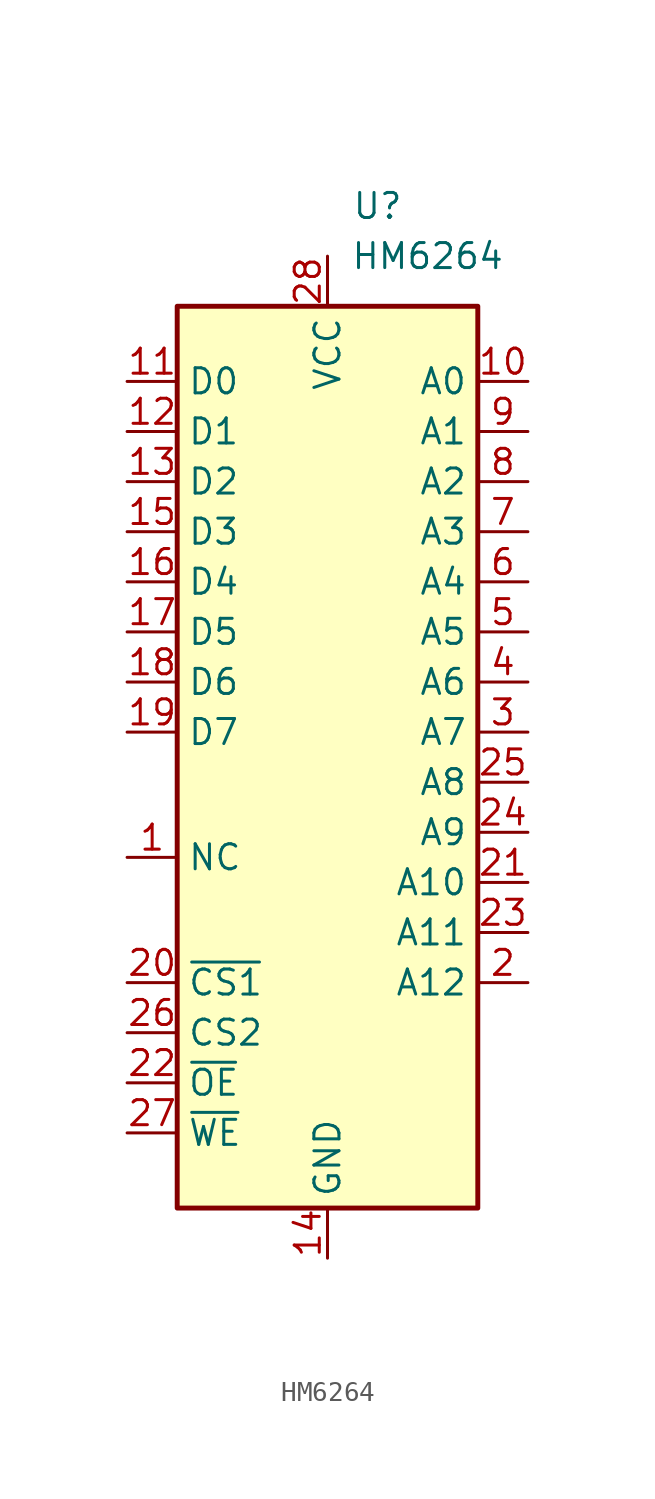
<source format=kicad_sym>
(kicad_symbol_lib
  (version 20220914)
  (generator kicad_symbol_editor)
  (symbol "HM6264"
    (property "Reference" "U"
      (at 2.54 -1.27 0)
      (effects (font (size 1.27 1.27))))
    (property "Value" "HM6264"
      (at 5.08 -3.81 0)
      (effects (font (size 1.27 1.27))))
    (symbol "HM6264_1_1"
      (rectangle (start -7.62 -6.35) (end 7.62 -52.07) (stroke (width 0.25) (type default)) (fill (type background)))
      (pin bidirectional line (at -10.16 -34.29 0) (length 2.54) (name "NC" (effects (font (size 1.27 1.27)))) (number "1" (effects (font (size 1.27 1.27)))))
      (pin input line (at 10.16 -10.16 180) (length 2.54) (name "A0" (effects (font (size 1.27 1.27)))) (number "10" (effects (font (size 1.27 1.27)))))
      (pin bidirectional line (at -10.16 -10.16 0) (length 2.54) (name "D0" (effects (font (size 1.27 1.27)))) (number "11" (effects (font (size 1.27 1.27)))))
      (pin bidirectional line (at -10.16 -12.7 0) (length 2.54) (name "D1" (effects (font (size 1.27 1.27)))) (number "12" (effects (font (size 1.27 1.27)))))
      (pin bidirectional line (at -10.16 -15.24 0) (length 2.54) (name "D2" (effects (font (size 1.27 1.27)))) (number "13" (effects (font (size 1.27 1.27)))))
      (pin power_in line (at 0 -54.61 90) (length 2.54) (name "GND" (effects (font (size 1.27 1.27)))) (number "14" (effects (font (size 1.27 1.27)))))
      (pin bidirectional line (at -10.16 -17.78 0) (length 2.54) (name "D3" (effects (font (size 1.27 1.27)))) (number "15" (effects (font (size 1.27 1.27)))))
      (pin bidirectional line (at -10.16 -20.32 0) (length 2.54) (name "D4" (effects (font (size 1.27 1.27)))) (number "16" (effects (font (size 1.27 1.27)))))
      (pin bidirectional line (at -10.16 -22.86 0) (length 2.54) (name "D5" (effects (font (size 1.27 1.27)))) (number "17" (effects (font (size 1.27 1.27)))))
      (pin bidirectional line (at -10.16 -25.4 0) (length 2.54) (name "D6" (effects (font (size 1.27 1.27)))) (number "18" (effects (font (size 1.27 1.27)))))
      (pin bidirectional line (at -10.16 -27.94 0) (length 2.54) (name "D7" (effects (font (size 1.27 1.27)))) (number "19" (effects (font (size 1.27 1.27)))))
      (pin input line (at 10.16 -40.64 180) (length 2.54) (name "A12" (effects (font (size 1.27 1.27)))) (number "2" (effects (font (size 1.27 1.27)))))
      (pin input line (at -10.16 -40.64 0) (length 2.54) (name "~{CS1}" (effects (font (size 1.27 1.27)))) (number "20" (effects (font (size 1.27 1.27)))))
      (pin input line (at 10.16 -35.56 180) (length 2.54) (name "A10" (effects (font (size 1.27 1.27)))) (number "21" (effects (font (size 1.27 1.27)))))
      (pin input line (at -10.16 -45.72 0) (length 2.54) (name "~{OE}" (effects (font (size 1.27 1.27)))) (number "22" (effects (font (size 1.27 1.27)))))
      (pin input line (at 10.16 -38.1 180) (length 2.54) (name "A11" (effects (font (size 1.27 1.27)))) (number "23" (effects (font (size 1.27 1.27)))))
      (pin input line (at 10.16 -33.02 180) (length 2.54) (name "A9" (effects (font (size 1.27 1.27)))) (number "24" (effects (font (size 1.27 1.27)))))
      (pin input line (at 10.16 -30.48 180) (length 2.54) (name "A8" (effects (font (size 1.27 1.27)))) (number "25" (effects (font (size 1.27 1.27)))))
      (pin input line (at -10.16 -43.18 0) (length 2.54) (name "CS2" (effects (font (size 1.27 1.27)))) (number "26" (effects (font (size 1.27 1.27)))))
      (pin input line (at -10.16 -48.26 0) (length 2.54) (name "~{WE}" (effects (font (size 1.27 1.27)))) (number "27" (effects (font (size 1.27 1.27)))))
      (pin power_in line (at 0 -3.81 270) (length 2.54) (name "VCC" (effects (font (size 1.27 1.27)))) (number "28" (effects (font (size 1.27 1.27)))))
      (pin input line (at 10.16 -27.94 180) (length 2.54) (name "A7" (effects (font (size 1.27 1.27)))) (number "3" (effects (font (size 1.27 1.27)))))
      (pin input line (at 10.16 -25.4 180) (length 2.54) (name "A6" (effects (font (size 1.27 1.27)))) (number "4" (effects (font (size 1.27 1.27)))))
      (pin input line (at 10.16 -22.86 180) (length 2.54) (name "A5" (effects (font (size 1.27 1.27)))) (number "5" (effects (font (size 1.27 1.27)))))
      (pin input line (at 10.16 -20.32 180) (length 2.54) (name "A4" (effects (font (size 1.27 1.27)))) (number "6" (effects (font (size 1.27 1.27)))))
      (pin input line (at 10.16 -17.78 180) (length 2.54) (name "A3" (effects (font (size 1.27 1.27)))) (number "7" (effects (font (size 1.27 1.27)))))
      (pin input line (at 10.16 -15.24 180) (length 2.54) (name "A2" (effects (font (size 1.27 1.27)))) (number "8" (effects (font (size 1.27 1.27)))))
      (pin input line (at 10.16 -12.7 180) (length 2.54) (name "A1" (effects (font (size 1.27 1.27)))) (number "9" (effects (font (size 1.27 1.27))))))))
</source>
